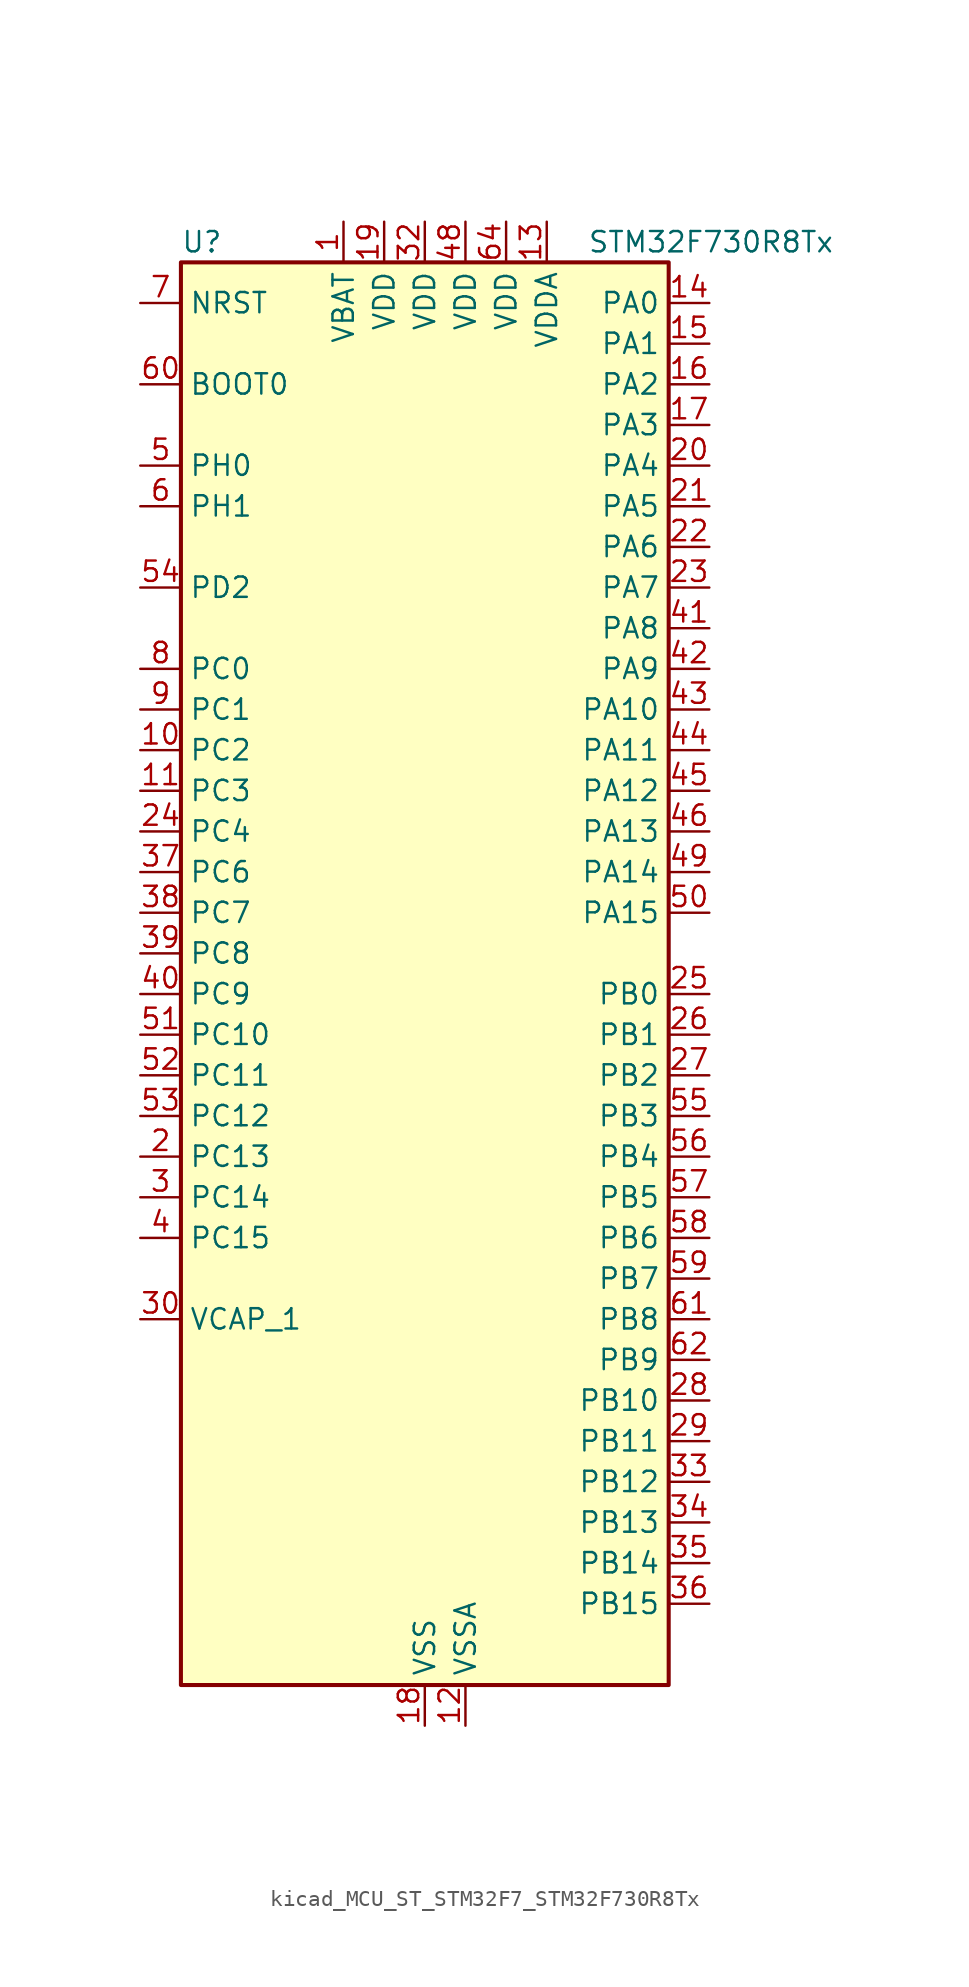
<source format=kicad_sym>
(kicad_symbol_lib
  (version 20220914)
  (generator kicad_symbol_editor)
  (symbol "kicad_MCU_ST_STM32F7_STM32F730R8Tx"
    (property "Reference" "U"
      (at -15.24 46.99 0)
      (effects (font (size 1.27 1.27)) (justify left)))
    (property "Value" "STM32F730R8Tx"
      (at 10.16 46.99 0)
      (effects (font (size 1.27 1.27)) (justify left)))
    (property "ki_locked" ""
      (at 0 0 0)
      (effects (font (size 1.27 1.27))))
    (symbol "kicad_MCU_ST_STM32F7_STM32F730R8Tx_0_1"
      (rectangle (start -15.24 -43.18) (end 15.24 45.72) (stroke (width 0.254) (type default)) (fill (type background))))
    (symbol "kicad_MCU_ST_STM32F7_STM32F730R8Tx_1_1"
      (pin power_in line (at -5.08 48.26 270) (length 2.54) (name "VBAT" (effects (font (size 1.27 1.27)))) (number "1" (effects (font (size 1.27 1.27)))))
      (pin bidirectional line (at -17.78 15.24 0) (length 2.54) (name "PC2" (effects (font (size 1.27 1.27)))) (number "10" (effects (font (size 1.27 1.27)))) (alternate "ADC1_IN12" bidirectional line) (alternate "ADC2_IN12" bidirectional line) (alternate "ADC3_IN12" bidirectional line) (alternate "SPI2_MISO" bidirectional line) (alternate "USB_OTG_HS_ULPI_DIR" bidirectional line))
      (pin bidirectional line (at -17.78 12.7 0) (length 2.54) (name "PC3" (effects (font (size 1.27 1.27)))) (number "11" (effects (font (size 1.27 1.27)))) (alternate "ADC1_IN13" bidirectional line) (alternate "ADC2_IN13" bidirectional line) (alternate "ADC3_IN13" bidirectional line) (alternate "I2S2_SD" bidirectional line) (alternate "SPI2_MOSI" bidirectional line) (alternate "USB_OTG_HS_ULPI_NXT" bidirectional line))
      (pin power_in line (at 2.54 -45.72 90) (length 2.54) (name "VSSA" (effects (font (size 1.27 1.27)))) (number "12" (effects (font (size 1.27 1.27)))))
      (pin power_in line (at 7.62 48.26 270) (length 2.54) (name "VDDA" (effects (font (size 1.27 1.27)))) (number "13" (effects (font (size 1.27 1.27)))))
      (pin bidirectional line (at 17.78 43.18 180) (length 2.54) (name "PA0" (effects (font (size 1.27 1.27)))) (number "14" (effects (font (size 1.27 1.27)))) (alternate "ADC1_IN0" bidirectional line) (alternate "ADC2_IN0" bidirectional line) (alternate "ADC3_IN0" bidirectional line) (alternate "SAI2_SD_B" bidirectional line) (alternate "SYS_WKUP1" bidirectional line) (alternate "TIM2_CH1" bidirectional line) (alternate "TIM2_ETR" bidirectional line) (alternate "TIM5_CH1" bidirectional line) (alternate "TIM8_ETR" bidirectional line) (alternate "UART4_TX" bidirectional line) (alternate "USART2_CTS" bidirectional line))
      (pin bidirectional line (at 17.78 40.64 180) (length 2.54) (name "PA1" (effects (font (size 1.27 1.27)))) (number "15" (effects (font (size 1.27 1.27)))) (alternate "ADC1_IN1" bidirectional line) (alternate "ADC2_IN1" bidirectional line) (alternate "ADC3_IN1" bidirectional line) (alternate "QUADSPI_BK1_IO3" bidirectional line) (alternate "SAI2_MCLK_B" bidirectional line) (alternate "TIM2_CH2" bidirectional line) (alternate "TIM5_CH2" bidirectional line) (alternate "UART4_RX" bidirectional line) (alternate "USART2_DE" bidirectional line) (alternate "USART2_RTS" bidirectional line))
      (pin bidirectional line (at 17.78 38.1 180) (length 2.54) (name "PA2" (effects (font (size 1.27 1.27)))) (number "16" (effects (font (size 1.27 1.27)))) (alternate "ADC1_IN2" bidirectional line) (alternate "ADC2_IN2" bidirectional line) (alternate "ADC3_IN2" bidirectional line) (alternate "SAI2_SCK_B" bidirectional line) (alternate "SYS_WKUP2" bidirectional line) (alternate "TIM2_CH3" bidirectional line) (alternate "TIM5_CH3" bidirectional line) (alternate "TIM9_CH1" bidirectional line) (alternate "USART2_TX" bidirectional line))
      (pin bidirectional line (at 17.78 35.56 180) (length 2.54) (name "PA3" (effects (font (size 1.27 1.27)))) (number "17" (effects (font (size 1.27 1.27)))) (alternate "ADC1_IN3" bidirectional line) (alternate "ADC2_IN3" bidirectional line) (alternate "ADC3_IN3" bidirectional line) (alternate "TIM2_CH4" bidirectional line) (alternate "TIM5_CH4" bidirectional line) (alternate "TIM9_CH2" bidirectional line) (alternate "USART2_RX" bidirectional line) (alternate "USB_OTG_HS_ULPI_D0" bidirectional line))
      (pin power_in line (at 0 -45.72 90) (length 2.54) (name "VSS" (effects (font (size 1.27 1.27)))) (number "18" (effects (font (size 1.27 1.27)))))
      (pin power_in line (at -2.54 48.26 270) (length 2.54) (name "VDD" (effects (font (size 1.27 1.27)))) (number "19" (effects (font (size 1.27 1.27)))))
      (pin bidirectional line (at -17.78 -10.16 0) (length 2.54) (name "PC13" (effects (font (size 1.27 1.27)))) (number "2" (effects (font (size 1.27 1.27)))) (alternate "RTC_OUT" bidirectional line) (alternate "RTC_TAMP1" bidirectional line) (alternate "RTC_TS" bidirectional line) (alternate "SYS_WKUP4" bidirectional line))
      (pin bidirectional line (at 17.78 33.02 180) (length 2.54) (name "PA4" (effects (font (size 1.27 1.27)))) (number "20" (effects (font (size 1.27 1.27)))) (alternate "ADC1_IN4" bidirectional line) (alternate "ADC2_IN4" bidirectional line) (alternate "DAC_OUT1" bidirectional line) (alternate "I2S1_WS" bidirectional line) (alternate "I2S3_WS" bidirectional line) (alternate "SPI1_NSS" bidirectional line) (alternate "SPI3_NSS" bidirectional line) (alternate "USART2_CK" bidirectional line) (alternate "USB_OTG_HS_SOF" bidirectional line))
      (pin bidirectional line (at 17.78 30.48 180) (length 2.54) (name "PA5" (effects (font (size 1.27 1.27)))) (number "21" (effects (font (size 1.27 1.27)))) (alternate "ADC1_IN5" bidirectional line) (alternate "ADC2_IN5" bidirectional line) (alternate "DAC_OUT2" bidirectional line) (alternate "I2S1_CK" bidirectional line) (alternate "SPI1_SCK" bidirectional line) (alternate "TIM2_CH1" bidirectional line) (alternate "TIM2_ETR" bidirectional line) (alternate "TIM8_CH1N" bidirectional line) (alternate "USB_OTG_HS_ULPI_CK" bidirectional line))
      (pin bidirectional line (at 17.78 27.94 180) (length 2.54) (name "PA6" (effects (font (size 1.27 1.27)))) (number "22" (effects (font (size 1.27 1.27)))) (alternate "ADC1_IN6" bidirectional line) (alternate "ADC2_IN6" bidirectional line) (alternate "SPI1_MISO" bidirectional line) (alternate "TIM13_CH1" bidirectional line) (alternate "TIM1_BKIN" bidirectional line) (alternate "TIM3_CH1" bidirectional line) (alternate "TIM8_BKIN" bidirectional line))
      (pin bidirectional line (at 17.78 25.4 180) (length 2.54) (name "PA7" (effects (font (size 1.27 1.27)))) (number "23" (effects (font (size 1.27 1.27)))) (alternate "ADC1_IN7" bidirectional line) (alternate "ADC2_IN7" bidirectional line) (alternate "I2S1_SD" bidirectional line) (alternate "SPI1_MOSI" bidirectional line) (alternate "TIM14_CH1" bidirectional line) (alternate "TIM1_CH1N" bidirectional line) (alternate "TIM3_CH2" bidirectional line) (alternate "TIM8_CH1N" bidirectional line))
      (pin bidirectional line (at -17.78 10.16 0) (length 2.54) (name "PC4" (effects (font (size 1.27 1.27)))) (number "24" (effects (font (size 1.27 1.27)))) (alternate "ADC1_IN14" bidirectional line) (alternate "ADC2_IN14" bidirectional line) (alternate "I2S1_MCK" bidirectional line))
      (pin bidirectional line (at 17.78 0 180) (length 2.54) (name "PB0" (effects (font (size 1.27 1.27)))) (number "25" (effects (font (size 1.27 1.27)))) (alternate "ADC1_IN8" bidirectional line) (alternate "ADC2_IN8" bidirectional line) (alternate "TIM1_CH2N" bidirectional line) (alternate "TIM3_CH3" bidirectional line) (alternate "TIM8_CH2N" bidirectional line) (alternate "UART4_CTS" bidirectional line) (alternate "USB_OTG_HS_ULPI_D1" bidirectional line))
      (pin bidirectional line (at 17.78 -2.54 180) (length 2.54) (name "PB1" (effects (font (size 1.27 1.27)))) (number "26" (effects (font (size 1.27 1.27)))) (alternate "ADC1_IN9" bidirectional line) (alternate "ADC2_IN9" bidirectional line) (alternate "TIM1_CH3N" bidirectional line) (alternate "TIM3_CH4" bidirectional line) (alternate "TIM8_CH3N" bidirectional line) (alternate "USB_OTG_HS_ULPI_D2" bidirectional line))
      (pin bidirectional line (at 17.78 -5.08 180) (length 2.54) (name "PB2" (effects (font (size 1.27 1.27)))) (number "27" (effects (font (size 1.27 1.27)))) (alternate "I2S3_SD" bidirectional line) (alternate "QUADSPI_CLK" bidirectional line) (alternate "SAI1_SD_A" bidirectional line) (alternate "SPI3_MOSI" bidirectional line))
      (pin bidirectional line (at 17.78 -25.4 180) (length 2.54) (name "PB10" (effects (font (size 1.27 1.27)))) (number "28" (effects (font (size 1.27 1.27)))) (alternate "I2C2_SCL" bidirectional line) (alternate "I2S2_CK" bidirectional line) (alternate "SPI2_SCK" bidirectional line) (alternate "TIM2_CH3" bidirectional line) (alternate "USART3_TX" bidirectional line) (alternate "USB_OTG_HS_ULPI_D3" bidirectional line))
      (pin bidirectional line (at 17.78 -27.94 180) (length 2.54) (name "PB11" (effects (font (size 1.27 1.27)))) (number "29" (effects (font (size 1.27 1.27)))) (alternate "ADC1_EXTI11" bidirectional line) (alternate "ADC2_EXTI11" bidirectional line) (alternate "ADC3_EXTI11" bidirectional line) (alternate "I2C2_SDA" bidirectional line) (alternate "TIM2_CH4" bidirectional line) (alternate "USART3_RX" bidirectional line) (alternate "USB_OTG_HS_ULPI_D4" bidirectional line))
      (pin bidirectional line (at -17.78 -12.7 0) (length 2.54) (name "PC14" (effects (font (size 1.27 1.27)))) (number "3" (effects (font (size 1.27 1.27)))) (alternate "RCC_OSC32_IN" bidirectional line))
      (pin power_out line (at -17.78 -20.32 0) (length 2.54) (name "VCAP_1" (effects (font (size 1.27 1.27)))) (number "30" (effects (font (size 1.27 1.27)))))
      (pin passive line (at 0 -45.72 90) (length 2.54) hide (name "VSS" (effects (font (size 1.27 1.27)))) (number "31" (effects (font (size 1.27 1.27)))))
      (pin power_in line (at 0 48.26 270) (length 2.54) (name "VDD" (effects (font (size 1.27 1.27)))) (number "32" (effects (font (size 1.27 1.27)))))
      (pin bidirectional line (at 17.78 -30.48 180) (length 2.54) (name "PB12" (effects (font (size 1.27 1.27)))) (number "33" (effects (font (size 1.27 1.27)))) (alternate "I2C2_SMBA" bidirectional line) (alternate "I2S2_WS" bidirectional line) (alternate "SPI2_NSS" bidirectional line) (alternate "TIM1_BKIN" bidirectional line) (alternate "USART3_CK" bidirectional line) (alternate "USB_OTG_HS_ID" bidirectional line) (alternate "USB_OTG_HS_ULPI_D5" bidirectional line))
      (pin bidirectional line (at 17.78 -33.02 180) (length 2.54) (name "PB13" (effects (font (size 1.27 1.27)))) (number "34" (effects (font (size 1.27 1.27)))) (alternate "I2S2_CK" bidirectional line) (alternate "SPI2_SCK" bidirectional line) (alternate "TIM1_CH1N" bidirectional line) (alternate "USART3_CTS" bidirectional line) (alternate "USB_OTG_HS_ULPI_D6" bidirectional line) (alternate "USB_OTG_HS_VBUS" bidirectional line))
      (pin bidirectional line (at 17.78 -35.56 180) (length 2.54) (name "PB14" (effects (font (size 1.27 1.27)))) (number "35" (effects (font (size 1.27 1.27)))) (alternate "SPI2_MISO" bidirectional line) (alternate "TIM12_CH1" bidirectional line) (alternate "TIM1_CH2N" bidirectional line) (alternate "TIM8_CH2N" bidirectional line) (alternate "USART3_DE" bidirectional line) (alternate "USART3_RTS" bidirectional line) (alternate "USB_OTG_HS_DM" bidirectional line))
      (pin bidirectional line (at 17.78 -38.1 180) (length 2.54) (name "PB15" (effects (font (size 1.27 1.27)))) (number "36" (effects (font (size 1.27 1.27)))) (alternate "I2S2_SD" bidirectional line) (alternate "RTC_REFIN" bidirectional line) (alternate "SPI2_MOSI" bidirectional line) (alternate "TIM12_CH2" bidirectional line) (alternate "TIM1_CH3N" bidirectional line) (alternate "TIM8_CH3N" bidirectional line) (alternate "USB_OTG_HS_DP" bidirectional line))
      (pin bidirectional line (at -17.78 7.62 0) (length 2.54) (name "PC6" (effects (font (size 1.27 1.27)))) (number "37" (effects (font (size 1.27 1.27)))) (alternate "I2S2_MCK" bidirectional line) (alternate "SDMMC1_D6" bidirectional line) (alternate "TIM3_CH1" bidirectional line) (alternate "TIM8_CH1" bidirectional line) (alternate "USART6_TX" bidirectional line))
      (pin bidirectional line (at -17.78 5.08 0) (length 2.54) (name "PC7" (effects (font (size 1.27 1.27)))) (number "38" (effects (font (size 1.27 1.27)))) (alternate "I2S3_MCK" bidirectional line) (alternate "SDMMC1_D7" bidirectional line) (alternate "TIM3_CH2" bidirectional line) (alternate "TIM8_CH2" bidirectional line) (alternate "USART6_RX" bidirectional line))
      (pin bidirectional line (at -17.78 2.54 0) (length 2.54) (name "PC8" (effects (font (size 1.27 1.27)))) (number "39" (effects (font (size 1.27 1.27)))) (alternate "SDMMC1_D0" bidirectional line) (alternate "SYS_TRACED1" bidirectional line) (alternate "TIM3_CH3" bidirectional line) (alternate "TIM8_CH3" bidirectional line) (alternate "UART5_DE" bidirectional line) (alternate "UART5_RTS" bidirectional line) (alternate "USART6_CK" bidirectional line))
      (pin bidirectional line (at -17.78 -15.24 0) (length 2.54) (name "PC15" (effects (font (size 1.27 1.27)))) (number "4" (effects (font (size 1.27 1.27)))) (alternate "RCC_OSC32_OUT" bidirectional line))
      (pin bidirectional line (at -17.78 0 0) (length 2.54) (name "PC9" (effects (font (size 1.27 1.27)))) (number "40" (effects (font (size 1.27 1.27)))) (alternate "DAC_EXTI9" bidirectional line) (alternate "I2C3_SDA" bidirectional line) (alternate "I2S_CKIN" bidirectional line) (alternate "QUADSPI_BK1_IO0" bidirectional line) (alternate "RCC_MCO_2" bidirectional line) (alternate "SDMMC1_D1" bidirectional line) (alternate "TIM3_CH4" bidirectional line) (alternate "TIM8_CH4" bidirectional line) (alternate "UART5_CTS" bidirectional line))
      (pin bidirectional line (at 17.78 22.86 180) (length 2.54) (name "PA8" (effects (font (size 1.27 1.27)))) (number "41" (effects (font (size 1.27 1.27)))) (alternate "I2C3_SCL" bidirectional line) (alternate "RCC_MCO_1" bidirectional line) (alternate "TIM1_CH1" bidirectional line) (alternate "TIM8_BKIN2" bidirectional line) (alternate "USART1_CK" bidirectional line) (alternate "USB_OTG_FS_SOF" bidirectional line))
      (pin bidirectional line (at 17.78 20.32 180) (length 2.54) (name "PA9" (effects (font (size 1.27 1.27)))) (number "42" (effects (font (size 1.27 1.27)))) (alternate "DAC_EXTI9" bidirectional line) (alternate "I2C3_SMBA" bidirectional line) (alternate "I2S2_CK" bidirectional line) (alternate "SPI2_SCK" bidirectional line) (alternate "TIM1_CH2" bidirectional line) (alternate "USART1_TX" bidirectional line) (alternate "USB_OTG_FS_VBUS" bidirectional line))
      (pin bidirectional line (at 17.78 17.78 180) (length 2.54) (name "PA10" (effects (font (size 1.27 1.27)))) (number "43" (effects (font (size 1.27 1.27)))) (alternate "TIM1_CH3" bidirectional line) (alternate "USART1_RX" bidirectional line) (alternate "USB_OTG_FS_ID" bidirectional line))
      (pin bidirectional line (at 17.78 15.24 180) (length 2.54) (name "PA11" (effects (font (size 1.27 1.27)))) (number "44" (effects (font (size 1.27 1.27)))) (alternate "ADC1_EXTI11" bidirectional line) (alternate "ADC2_EXTI11" bidirectional line) (alternate "ADC3_EXTI11" bidirectional line) (alternate "CAN1_RX" bidirectional line) (alternate "TIM1_CH4" bidirectional line) (alternate "USART1_CTS" bidirectional line) (alternate "USB_OTG_FS_DM" bidirectional line))
      (pin bidirectional line (at 17.78 12.7 180) (length 2.54) (name "PA12" (effects (font (size 1.27 1.27)))) (number "45" (effects (font (size 1.27 1.27)))) (alternate "CAN1_TX" bidirectional line) (alternate "SAI2_FS_B" bidirectional line) (alternate "TIM1_ETR" bidirectional line) (alternate "USART1_DE" bidirectional line) (alternate "USART1_RTS" bidirectional line) (alternate "USB_OTG_FS_DP" bidirectional line))
      (pin bidirectional line (at 17.78 10.16 180) (length 2.54) (name "PA13" (effects (font (size 1.27 1.27)))) (number "46" (effects (font (size 1.27 1.27)))) (alternate "SYS_JTMS-SWDIO" bidirectional line))
      (pin passive line (at 0 -45.72 90) (length 2.54) hide (name "VSS" (effects (font (size 1.27 1.27)))) (number "47" (effects (font (size 1.27 1.27)))))
      (pin power_in line (at 2.54 48.26 270) (length 2.54) (name "VDD" (effects (font (size 1.27 1.27)))) (number "48" (effects (font (size 1.27 1.27)))))
      (pin bidirectional line (at 17.78 7.62 180) (length 2.54) (name "PA14" (effects (font (size 1.27 1.27)))) (number "49" (effects (font (size 1.27 1.27)))) (alternate "SYS_JTCK-SWCLK" bidirectional line))
      (pin bidirectional line (at -17.78 33.02 0) (length 2.54) (name "PH0" (effects (font (size 1.27 1.27)))) (number "5" (effects (font (size 1.27 1.27)))) (alternate "RCC_OSC_IN" bidirectional line))
      (pin bidirectional line (at 17.78 5.08 180) (length 2.54) (name "PA15" (effects (font (size 1.27 1.27)))) (number "50" (effects (font (size 1.27 1.27)))) (alternate "I2S1_WS" bidirectional line) (alternate "I2S3_WS" bidirectional line) (alternate "SPI1_NSS" bidirectional line) (alternate "SPI3_NSS" bidirectional line) (alternate "SYS_JTDI" bidirectional line) (alternate "TIM2_CH1" bidirectional line) (alternate "TIM2_ETR" bidirectional line) (alternate "UART4_DE" bidirectional line) (alternate "UART4_RTS" bidirectional line))
      (pin bidirectional line (at -17.78 -2.54 0) (length 2.54) (name "PC10" (effects (font (size 1.27 1.27)))) (number "51" (effects (font (size 1.27 1.27)))) (alternate "I2S3_CK" bidirectional line) (alternate "QUADSPI_BK1_IO1" bidirectional line) (alternate "SDMMC1_D2" bidirectional line) (alternate "SPI3_SCK" bidirectional line) (alternate "UART4_TX" bidirectional line) (alternate "USART3_TX" bidirectional line))
      (pin bidirectional line (at -17.78 -5.08 0) (length 2.54) (name "PC11" (effects (font (size 1.27 1.27)))) (number "52" (effects (font (size 1.27 1.27)))) (alternate "ADC1_EXTI11" bidirectional line) (alternate "ADC2_EXTI11" bidirectional line) (alternate "ADC3_EXTI11" bidirectional line) (alternate "QUADSPI_BK2_NCS" bidirectional line) (alternate "SDMMC1_D3" bidirectional line) (alternate "SPI3_MISO" bidirectional line) (alternate "UART4_RX" bidirectional line) (alternate "USART3_RX" bidirectional line))
      (pin bidirectional line (at -17.78 -7.62 0) (length 2.54) (name "PC12" (effects (font (size 1.27 1.27)))) (number "53" (effects (font (size 1.27 1.27)))) (alternate "I2S3_SD" bidirectional line) (alternate "SDMMC1_CK" bidirectional line) (alternate "SPI3_MOSI" bidirectional line) (alternate "SYS_TRACED3" bidirectional line) (alternate "UART5_TX" bidirectional line) (alternate "USART3_CK" bidirectional line))
      (pin bidirectional line (at -17.78 25.4 0) (length 2.54) (name "PD2" (effects (font (size 1.27 1.27)))) (number "54" (effects (font (size 1.27 1.27)))) (alternate "SDMMC1_CMD" bidirectional line) (alternate "SYS_TRACED2" bidirectional line) (alternate "TIM3_ETR" bidirectional line) (alternate "UART5_RX" bidirectional line))
      (pin bidirectional line (at 17.78 -7.62 180) (length 2.54) (name "PB3" (effects (font (size 1.27 1.27)))) (number "55" (effects (font (size 1.27 1.27)))) (alternate "I2S1_CK" bidirectional line) (alternate "I2S3_CK" bidirectional line) (alternate "SPI1_SCK" bidirectional line) (alternate "SPI3_SCK" bidirectional line) (alternate "SYS_JTDO-SWO" bidirectional line) (alternate "TIM2_CH2" bidirectional line))
      (pin bidirectional line (at 17.78 -10.16 180) (length 2.54) (name "PB4" (effects (font (size 1.27 1.27)))) (number "56" (effects (font (size 1.27 1.27)))) (alternate "I2S2_WS" bidirectional line) (alternate "SPI1_MISO" bidirectional line) (alternate "SPI2_NSS" bidirectional line) (alternate "SPI3_MISO" bidirectional line) (alternate "SYS_JTRST" bidirectional line) (alternate "TIM3_CH1" bidirectional line))
      (pin bidirectional line (at 17.78 -12.7 180) (length 2.54) (name "PB5" (effects (font (size 1.27 1.27)))) (number "57" (effects (font (size 1.27 1.27)))) (alternate "I2C1_SMBA" bidirectional line) (alternate "I2S1_SD" bidirectional line) (alternate "I2S3_SD" bidirectional line) (alternate "SPI1_MOSI" bidirectional line) (alternate "SPI3_MOSI" bidirectional line) (alternate "TIM3_CH2" bidirectional line) (alternate "USB_OTG_HS_ULPI_D7" bidirectional line))
      (pin bidirectional line (at 17.78 -15.24 180) (length 2.54) (name "PB6" (effects (font (size 1.27 1.27)))) (number "58" (effects (font (size 1.27 1.27)))) (alternate "I2C1_SCL" bidirectional line) (alternate "QUADSPI_BK1_NCS" bidirectional line) (alternate "TIM4_CH1" bidirectional line) (alternate "USART1_TX" bidirectional line))
      (pin bidirectional line (at 17.78 -17.78 180) (length 2.54) (name "PB7" (effects (font (size 1.27 1.27)))) (number "59" (effects (font (size 1.27 1.27)))) (alternate "I2C1_SDA" bidirectional line) (alternate "TIM4_CH2" bidirectional line) (alternate "USART1_RX" bidirectional line))
      (pin bidirectional line (at -17.78 30.48 0) (length 2.54) (name "PH1" (effects (font (size 1.27 1.27)))) (number "6" (effects (font (size 1.27 1.27)))) (alternate "RCC_OSC_OUT" bidirectional line))
      (pin input line (at -17.78 38.1 0) (length 2.54) (name "BOOT0" (effects (font (size 1.27 1.27)))) (number "60" (effects (font (size 1.27 1.27)))))
      (pin bidirectional line (at 17.78 -20.32 180) (length 2.54) (name "PB8" (effects (font (size 1.27 1.27)))) (number "61" (effects (font (size 1.27 1.27)))) (alternate "CAN1_RX" bidirectional line) (alternate "I2C1_SCL" bidirectional line) (alternate "SDMMC1_D4" bidirectional line) (alternate "TIM10_CH1" bidirectional line) (alternate "TIM4_CH3" bidirectional line))
      (pin bidirectional line (at 17.78 -22.86 180) (length 2.54) (name "PB9" (effects (font (size 1.27 1.27)))) (number "62" (effects (font (size 1.27 1.27)))) (alternate "CAN1_TX" bidirectional line) (alternate "DAC_EXTI9" bidirectional line) (alternate "I2C1_SDA" bidirectional line) (alternate "I2S2_WS" bidirectional line) (alternate "SDMMC1_D5" bidirectional line) (alternate "SPI2_NSS" bidirectional line) (alternate "TIM11_CH1" bidirectional line) (alternate "TIM4_CH4" bidirectional line))
      (pin passive line (at 0 -45.72 90) (length 2.54) hide (name "VSS" (effects (font (size 1.27 1.27)))) (number "63" (effects (font (size 1.27 1.27)))))
      (pin power_in line (at 5.08 48.26 270) (length 2.54) (name "VDD" (effects (font (size 1.27 1.27)))) (number "64" (effects (font (size 1.27 1.27)))))
      (pin input line (at -17.78 43.18 0) (length 2.54) (name "NRST" (effects (font (size 1.27 1.27)))) (number "7" (effects (font (size 1.27 1.27)))))
      (pin bidirectional line (at -17.78 20.32 0) (length 2.54) (name "PC0" (effects (font (size 1.27 1.27)))) (number "8" (effects (font (size 1.27 1.27)))) (alternate "ADC1_IN10" bidirectional line) (alternate "ADC2_IN10" bidirectional line) (alternate "ADC3_IN10" bidirectional line) (alternate "SAI2_FS_B" bidirectional line) (alternate "USB_OTG_HS_ULPI_STP" bidirectional line))
      (pin bidirectional line (at -17.78 17.78 0) (length 2.54) (name "PC1" (effects (font (size 1.27 1.27)))) (number "9" (effects (font (size 1.27 1.27)))) (alternate "ADC1_IN11" bidirectional line) (alternate "ADC2_IN11" bidirectional line) (alternate "ADC3_IN11" bidirectional line) (alternate "I2S2_SD" bidirectional line) (alternate "RTC_TAMP3" bidirectional line) (alternate "RTC_TS" bidirectional line) (alternate "SAI1_SD_A" bidirectional line) (alternate "SPI2_MOSI" bidirectional line) (alternate "SYS_TRACED0" bidirectional line) (alternate "SYS_WKUP3" bidirectional line)))))
</source>
